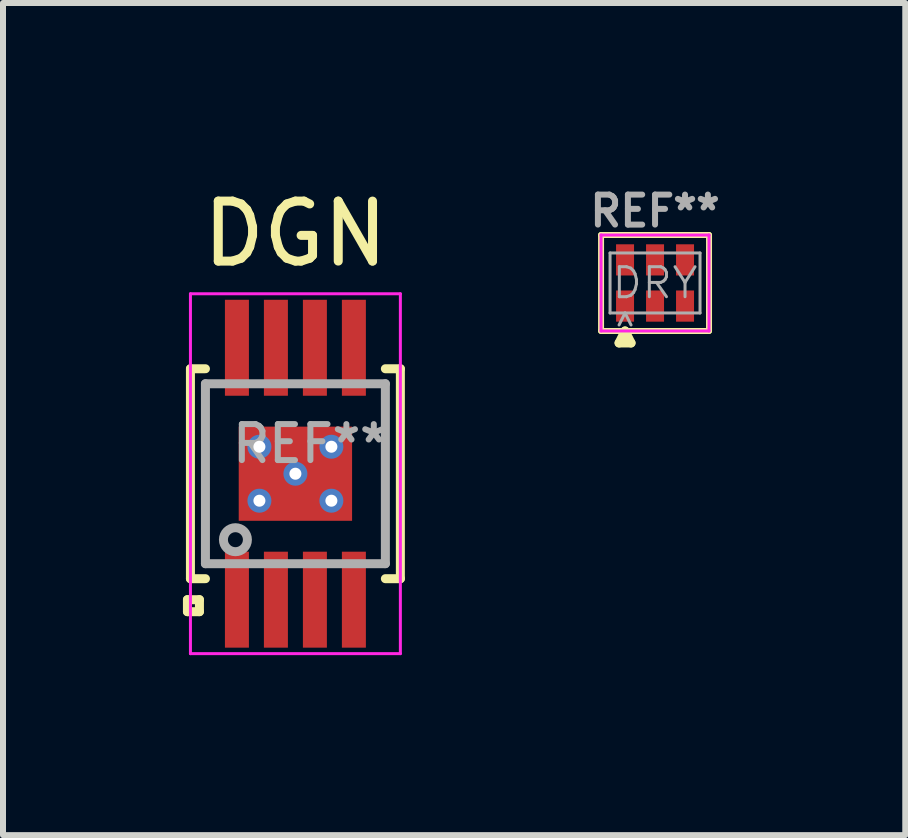
<source format=kicad_pcb>
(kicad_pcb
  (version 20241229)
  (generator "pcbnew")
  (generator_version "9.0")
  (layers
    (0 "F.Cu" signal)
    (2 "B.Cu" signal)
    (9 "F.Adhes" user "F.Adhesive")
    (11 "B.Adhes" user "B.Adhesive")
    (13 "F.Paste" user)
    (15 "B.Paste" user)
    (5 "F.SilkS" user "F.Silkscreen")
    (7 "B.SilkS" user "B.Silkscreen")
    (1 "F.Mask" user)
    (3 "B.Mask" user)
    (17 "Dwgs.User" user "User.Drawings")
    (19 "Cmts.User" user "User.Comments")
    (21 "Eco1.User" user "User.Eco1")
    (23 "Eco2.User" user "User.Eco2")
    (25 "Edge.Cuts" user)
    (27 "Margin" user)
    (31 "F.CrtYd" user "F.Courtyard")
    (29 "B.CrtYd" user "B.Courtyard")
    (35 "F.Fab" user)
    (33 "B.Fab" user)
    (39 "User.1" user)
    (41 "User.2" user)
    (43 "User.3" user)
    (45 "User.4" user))
  (footprint "DGN"
    (layer "F.Cu")
    (at 1.875 4.848)
    (property "Reference" "DGN" (at 0 -4 0) (layer "F.SilkS") (effects (font (size 1 1) (thickness 0.15))))
    (attr smd)
    (fp_line (start -1.8 2.1) (end -1.6 2.1) (stroke (width 0.15) (type solid)) (layer "F.SilkS"))
    (fp_line (start -1.8 2.3) (end -1.8 2.1) (stroke (width 0.15) (type solid)) (layer "F.SilkS"))
    (fp_line (start -1.8 2.3) (end -1.6 2.3) (stroke (width 0.15) (type solid)) (layer "F.SilkS"))
    (fp_line (start -1.75 -1.75) (end -1.5 -1.75) (stroke (width 0.15) (type solid)) (layer "F.SilkS"))
    (fp_line (start -1.75 1.75) (end -1.75 -1.75) (stroke (width 0.15) (type solid)) (layer "F.SilkS"))
    (fp_line (start -1.75 1.75) (end -1.5 1.75) (stroke (width 0.15) (type solid)) (layer "F.SilkS"))
    (fp_line (start -1.6 2.3) (end -1.6 2.1) (stroke (width 0.15) (type solid)) (layer "F.SilkS"))
    (fp_line (start 1.5 -1.75) (end 1.75 -1.75) (stroke (width 0.15) (type solid)) (layer "F.SilkS"))
    (fp_line (start 1.5 1.75) (end 1.75 1.75) (stroke (width 0.15) (type solid)) (layer "F.SilkS"))
    (fp_line (start 1.75 1.75) (end 1.75 -1.75) (stroke (width 0.15) (type solid)) (layer "F.SilkS"))
    (fp_line (start -1.75 -3) (end 1.75 -3) (stroke (width 0.05) (type solid)) (layer "F.CrtYd"))
    (fp_line (start -1.75 3) (end -1.75 -3) (stroke (width 0.05) (type solid)) (layer "F.CrtYd"))
    (fp_line (start -1.75 3) (end 1.75 3) (stroke (width 0.05) (type solid)) (layer "F.CrtYd"))
    (fp_line (start 1.75 3) (end 1.75 -3) (stroke (width 0.05) (type solid)) (layer "F.CrtYd"))
    (fp_line (start -1.5 -1.5) (end -1.5 1.5) (stroke (width 0.15) (type solid)) (layer "F.Fab"))
    (fp_line (start -1.5 -1.5) (end 1.5 -1.5) (stroke (width 0.15) (type solid)) (layer "F.Fab"))
    (fp_line (start -1.5 1.5) (end 1.5 1.5) (stroke (width 0.15) (type solid)) (layer "F.Fab"))
    (fp_line (start 1.5 -1.5) (end 1.5 1.5) (stroke (width 0.15) (type solid)) (layer "F.Fab"))
    (fp_circle (center -1 1.1) (end -0.8 1.1) (stroke (width 0.15) (type solid)) (fill no) (layer "F.Fab"))
    (fp_text user "REF**" (at 0.25 -0.5 0) (layer "F.Fab") (effects (font (size 0.6 0.6) (thickness 0.1))))
    (pad "1" smd rect (at -0.975 2.1) (size 0.4 1.6) (layers "F.Cu" "F.Mask" "F.Paste"))
    (pad "2" smd rect (at -0.325 2.1) (size 0.4 1.6) (layers "F.Cu" "F.Mask" "F.Paste"))
    (pad "3" smd rect (at 0.325 2.1) (size 0.4 1.6) (layers "F.Cu" "F.Mask" "F.Paste"))
    (pad "4" smd rect (at 0.975 2.1) (size 0.4 1.6) (layers "F.Cu" "F.Mask" "F.Paste"))
    (pad "5" smd rect (at 0.975 -2.1) (size 0.4 1.6) (layers "F.Cu" "F.Mask" "F.Paste"))
    (pad "6" smd rect (at 0.325 -2.1) (size 0.4 1.6) (layers "F.Cu" "F.Mask" "F.Paste"))
    (pad "7" smd rect (at -0.325 -2.1) (size 0.4 1.6) (layers "F.Cu" "F.Mask" "F.Paste"))
    (pad "8" smd rect (at -0.975 -2.1) (size 0.4 1.6) (layers "F.Cu" "F.Mask" "F.Paste"))
    (pad "9" thru_hole circle (at -0.6 -0.45) (size 0.4 0.4) (drill 0.2) (layers "*.Cu"))
    (pad "9" thru_hole circle (at -0.6 0.45) (size 0.4 0.4) (drill 0.2) (layers "*.Cu"))
    (pad "9" thru_hole circle (at 0 0) (size 0.4 0.4) (drill 0.2) (layers "*.Cu"))
    (pad "9" smd rect (at 0 0) (size 1.89 1.57) (layers "F.Cu" "F.Mask" "F.Paste"))
    (pad "9" thru_hole circle (at 0.6 -0.45) (size 0.4 0.4) (drill 0.2) (layers "*.Cu"))
    (pad "9" thru_hole circle (at 0.6 0.45) (size 0.4 0.4) (drill 0.2) (layers "*.Cu")))
  (footprint "DRY"
    (layer "F.Cu")
    (at 7.871 1.668)
    (property "Reference" "DRY" (at 0 0 0) (layer "F.Fab") (effects (font (size 0.5 0.5) (thickness 0.05))))
    (attr through_hole)
    (fp_line (start -0.9 -0.8) (end -0.9 0.8) (stroke (width 0.1) (type solid)) (layer "F.SilkS"))
    (fp_line (start -0.9 -0.8) (end 0.9 -0.8) (stroke (width 0.1) (type solid)) (layer "F.SilkS"))
    (fp_line (start -0.6 1) (end -0.4 1) (stroke (width 0.15) (type solid)) (layer "F.SilkS"))
    (fp_line (start -0.5 0.8) (end -0.6 1) (stroke (width 0.15) (type solid)) (layer "F.SilkS"))
    (fp_line (start -0.4 1) (end -0.5 0.8) (stroke (width 0.15) (type solid)) (layer "F.SilkS"))
    (fp_line (start 0.9 -0.8) (end 0.9 0.8) (stroke (width 0.1) (type solid)) (layer "F.SilkS"))
    (fp_line (start 0.9 0.8) (end -0.9 0.8) (stroke (width 0.1) (type solid)) (layer "F.SilkS"))
    (fp_line (start -0.9 -0.8) (end 0.9 -0.8) (stroke (width 0.05) (type solid)) (layer "F.CrtYd"))
    (fp_line (start -0.9 0.8) (end -0.9 -0.8) (stroke (width 0.05) (type solid)) (layer "F.CrtYd"))
    (fp_line (start 0.9 -0.8) (end 0.9 0.8) (stroke (width 0.05) (type solid)) (layer "F.CrtYd"))
    (fp_line (start 0.9 0.8) (end -0.9 0.8) (stroke (width 0.05) (type solid)) (layer "F.CrtYd"))
    (fp_line (start -0.75 -0.5) (end 0.75 -0.5) (stroke (width 0.05) (type solid)) (layer "F.Fab"))
    (fp_line (start -0.75 0.5) (end -0.75 -0.5) (stroke (width 0.05) (type solid)) (layer "F.Fab"))
    (fp_line (start -0.75 0.5) (end 0.75 0.5) (stroke (width 0.05) (type solid)) (layer "F.Fab"))
    (fp_line (start -0.6 0.7) (end -0.5 0.5) (stroke (width 0.05) (type solid)) (layer "F.Fab"))
    (fp_line (start -0.5 0.5) (end -0.4 0.7) (stroke (width 0.05) (type solid)) (layer "F.Fab"))
    (fp_line (start 0.75 -0.5) (end 0.75 0.5) (stroke (width 0.05) (type solid)) (layer "F.Fab"))
    (fp_text user "REF**" (at 0 -1.2 0) (layer "F.Fab") (effects (font (size 0.5 0.5) (thickness 0.1))))
    (pad "1" smd rect (at -0.5 0.385 180) (size 0.3 0.52) (layers "F.Cu" "F.Mask" "F.Paste"))
    (pad "2" smd rect (at 0 0.385 180) (size 0.3 0.52) (layers "F.Cu" "F.Mask" "F.Paste"))
    (pad "3" smd rect (at 0.5 0.385 180) (size 0.3 0.52) (layers "F.Cu" "F.Mask" "F.Paste"))
    (pad "4" smd rect (at 0.5 -0.385 180) (size 0.3 0.52) (layers "F.Cu" "F.Mask" "F.Paste"))
    (pad "5" smd rect (at 0 -0.385 180) (size 0.3 0.52) (layers "F.Cu" "F.Mask" "F.Paste"))
    (pad "6" smd rect (at -0.5 -0.385 180) (size 0.3 0.52) (layers "F.Cu" "F.Mask" "F.Paste")))
  (gr_rect
    (start -3 -3)
    (end 12.043 10.873)
    (stroke (width 0.1) (type default))
    (fill no)
    (layer "Edge.Cuts")))
</source>
